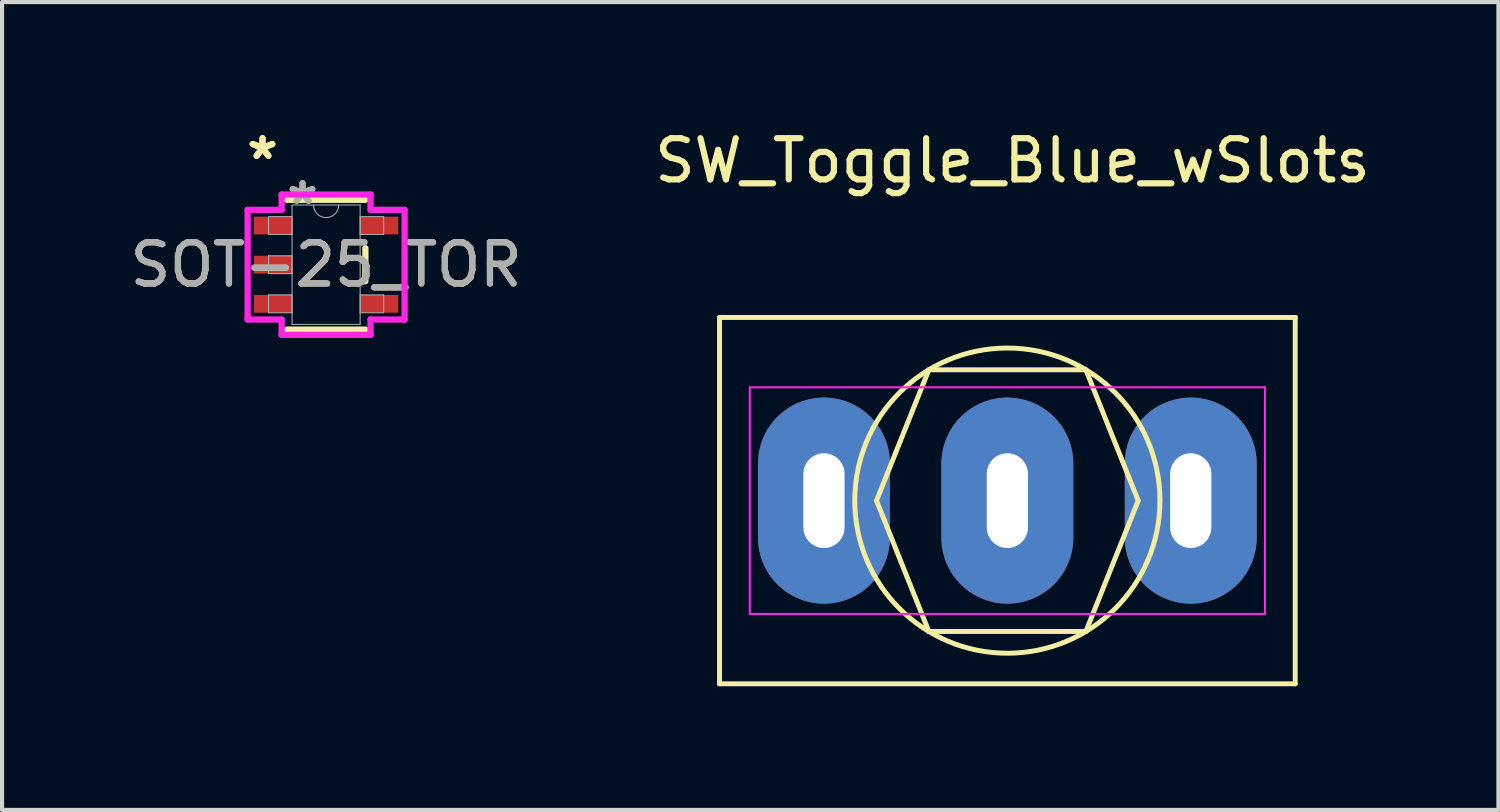
<source format=kicad_pcb>
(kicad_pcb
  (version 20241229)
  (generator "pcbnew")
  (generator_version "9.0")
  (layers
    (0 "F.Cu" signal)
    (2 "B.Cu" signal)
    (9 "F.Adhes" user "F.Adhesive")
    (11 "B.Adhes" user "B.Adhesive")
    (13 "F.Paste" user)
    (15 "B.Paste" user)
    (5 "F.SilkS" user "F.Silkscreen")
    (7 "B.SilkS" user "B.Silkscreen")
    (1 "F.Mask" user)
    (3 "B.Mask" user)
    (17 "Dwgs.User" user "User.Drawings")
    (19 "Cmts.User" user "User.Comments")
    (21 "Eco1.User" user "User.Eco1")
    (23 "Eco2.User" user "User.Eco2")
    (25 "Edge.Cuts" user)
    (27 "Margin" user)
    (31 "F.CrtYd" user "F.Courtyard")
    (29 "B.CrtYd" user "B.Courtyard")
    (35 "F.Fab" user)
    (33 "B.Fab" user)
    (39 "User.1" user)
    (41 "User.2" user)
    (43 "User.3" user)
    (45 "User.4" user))
  (footprint "SOT-25_TOR"
    (layer "F.Cu")
    (at 4.863 3.373)
    (property "Reference" "SOT-25_TOR" (at 0 0 0) (unlocked yes) (layer "F.SilkS") (effects (font (size 1 1) (thickness 0.15))))
    (attr smd)
    (fp_line (start -0.953 1.575) (end 0.953 1.575) (stroke (width 0.152) (type solid)) (layer "F.SilkS"))
    (fp_line (start 0.953 -1.575) (end -0.953 -1.575) (stroke (width 0.152) (type solid)) (layer "F.SilkS"))
    (fp_line (start 0.953 0.401) (end 0.953 -0.401) (stroke (width 0.152) (type solid)) (layer "F.SilkS"))
    (fp_line (start -1.905 -1.331) (end -1.079 -1.331) (stroke (width 0.152) (type solid)) (layer "F.CrtYd"))
    (fp_line (start -1.905 1.331) (end -1.905 -1.331) (stroke (width 0.152) (type solid)) (layer "F.CrtYd"))
    (fp_line (start -1.079 -1.702) (end 1.079 -1.702) (stroke (width 0.152) (type solid)) (layer "F.CrtYd"))
    (fp_line (start -1.079 -1.331) (end -1.079 -1.702) (stroke (width 0.152) (type solid)) (layer "F.CrtYd"))
    (fp_line (start -1.079 1.331) (end -1.905 1.331) (stroke (width 0.152) (type solid)) (layer "F.CrtYd"))
    (fp_line (start -1.079 1.702) (end -1.079 1.331) (stroke (width 0.152) (type solid)) (layer "F.CrtYd"))
    (fp_line (start 1.079 -1.702) (end 1.079 -1.331) (stroke (width 0.152) (type solid)) (layer "F.CrtYd"))
    (fp_line (start 1.079 -1.331) (end 1.905 -1.331) (stroke (width 0.152) (type solid)) (layer "F.CrtYd"))
    (fp_line (start 1.079 1.331) (end 1.079 1.702) (stroke (width 0.152) (type solid)) (layer "F.CrtYd"))
    (fp_line (start 1.079 1.702) (end -1.079 1.702) (stroke (width 0.152) (type solid)) (layer "F.CrtYd"))
    (fp_line (start 1.905 -1.331) (end 1.905 1.331) (stroke (width 0.152) (type solid)) (layer "F.CrtYd"))
    (fp_line (start 1.905 1.331) (end 1.079 1.331) (stroke (width 0.152) (type solid)) (layer "F.CrtYd"))
    (fp_line (start -1.397 -1.166) (end -1.397 -0.734) (stroke (width 0.025) (type solid)) (layer "F.Fab"))
    (fp_line (start -1.397 -0.734) (end -0.826 -0.734) (stroke (width 0.025) (type solid)) (layer "F.Fab"))
    (fp_line (start -1.397 -0.216) (end -1.397 0.216) (stroke (width 0.025) (type solid)) (layer "F.Fab"))
    (fp_line (start -1.397 0.216) (end -0.826 0.216) (stroke (width 0.025) (type solid)) (layer "F.Fab"))
    (fp_line (start -1.397 0.734) (end -1.397 1.166) (stroke (width 0.025) (type solid)) (layer "F.Fab"))
    (fp_line (start -1.397 1.166) (end -0.826 1.166) (stroke (width 0.025) (type solid)) (layer "F.Fab"))
    (fp_line (start -0.826 -1.448) (end -0.826 1.448) (stroke (width 0.025) (type solid)) (layer "F.Fab"))
    (fp_line (start -0.826 -1.166) (end -1.397 -1.166) (stroke (width 0.025) (type solid)) (layer "F.Fab"))
    (fp_line (start -0.826 -0.734) (end -0.826 -1.166) (stroke (width 0.025) (type solid)) (layer "F.Fab"))
    (fp_line (start -0.826 -0.216) (end -1.397 -0.216) (stroke (width 0.025) (type solid)) (layer "F.Fab"))
    (fp_line (start -0.826 0.216) (end -0.826 -0.216) (stroke (width 0.025) (type solid)) (layer "F.Fab"))
    (fp_line (start -0.826 0.734) (end -1.397 0.734) (stroke (width 0.025) (type solid)) (layer "F.Fab"))
    (fp_line (start -0.826 1.166) (end -0.826 0.734) (stroke (width 0.025) (type solid)) (layer "F.Fab"))
    (fp_line (start -0.826 1.448) (end 0.826 1.448) (stroke (width 0.025) (type solid)) (layer "F.Fab"))
    (fp_line (start 0.826 -1.448) (end -0.826 -1.448) (stroke (width 0.025) (type solid)) (layer "F.Fab"))
    (fp_line (start 0.826 -1.166) (end 0.826 -0.734) (stroke (width 0.025) (type solid)) (layer "F.Fab"))
    (fp_line (start 0.826 -0.734) (end 1.397 -0.734) (stroke (width 0.025) (type solid)) (layer "F.Fab"))
    (fp_line (start 0.826 0.734) (end 0.826 1.166) (stroke (width 0.025) (type solid)) (layer "F.Fab"))
    (fp_line (start 0.826 1.166) (end 1.397 1.166) (stroke (width 0.025) (type solid)) (layer "F.Fab"))
    (fp_line (start 0.826 1.448) (end 0.826 -1.448) (stroke (width 0.025) (type solid)) (layer "F.Fab"))
    (fp_line (start 1.397 -1.166) (end 0.826 -1.166) (stroke (width 0.025) (type solid)) (layer "F.Fab"))
    (fp_line (start 1.397 -0.734) (end 1.397 -1.166) (stroke (width 0.025) (type solid)) (layer "F.Fab"))
    (fp_line (start 1.397 0.734) (end 0.826 0.734) (stroke (width 0.025) (type solid)) (layer "F.Fab"))
    (fp_line (start 1.397 1.166) (end 1.397 0.734) (stroke (width 0.025) (type solid)) (layer "F.Fab"))
    (fp_arc (start 0.3048 -1.4478) (mid 0 -1.143) (end -0.3048 -1.4478) (stroke (width 0.0254) (type solid)) (layer "F.Fab"))
    (fp_text user "*" (at -1.543 -2.525 0) (layer "F.SilkS") (effects (font (size 1 1) (thickness 0.15))))
    (fp_text user "*" (at -1.543 -2.525 0) (unlocked yes) (layer "F.SilkS") (effects (font (size 1 1) (thickness 0.15))))
    (fp_text user "*" (at -0.572 -1.433 0) (layer "F.Fab") (effects (font (size 1 1) (thickness 0.15))))
    (fp_text user "${REFERENCE}" (at 0 0 0) (unlocked yes) (layer "F.Fab") (effects (font (size 1 1) (thickness 0.15))))
    (fp_text user "*" (at -0.572 -1.433 0) (unlocked yes) (layer "F.Fab") (effects (font (size 1 1) (thickness 0.15))))
    (pad "1" smd rect (at -1.289 -0.95) (size 0.927 0.432) (layers "F.Cu" "F.Mask" "F.Paste"))
    (pad "2" smd rect (at -1.289 0) (size 0.927 0.432) (layers "F.Cu" "F.Mask" "F.Paste"))
    (pad "3" smd rect (at -1.289 0.95) (size 0.927 0.432) (layers "F.Cu" "F.Mask" "F.Paste"))
    (pad "4" smd rect (at 1.289 0.95) (size 0.927 0.432) (layers "F.Cu" "F.Mask" "F.Paste"))
    (pad "5" smd rect (at 1.289 -0.95) (size 0.927 0.432) (layers "F.Cu" "F.Mask" "F.Paste")))
  (footprint "SW_Toggle_Blue_wSlots"
    (layer "F.Cu")
    (at 21.394 9.098)
    (property "Reference" "SW_Toggle_Blue_wSlots" (at 0.124 -8.25 0) (layer "F.SilkS") (effects (font (size 1 1) (thickness 0.15))))
    (attr through_hole)
    (fp_line (start -6.985 -4.445) (end 6.985 -4.445) (stroke (width 0.12) (type solid)) (layer "F.SilkS"))
    (fp_line (start -6.985 4.445) (end -6.985 -4.445) (stroke (width 0.12) (type solid)) (layer "F.SilkS"))
    (fp_line (start -3.175 0) (end -1.905 -3.175) (stroke (width 0.12) (type solid)) (layer "F.SilkS"))
    (fp_line (start -1.905 -3.175) (end 1.905 -3.175) (stroke (width 0.12) (type solid)) (layer "F.SilkS"))
    (fp_line (start -1.905 3.175) (end -3.175 0) (stroke (width 0.12) (type solid)) (layer "F.SilkS"))
    (fp_line (start 1.905 -3.175) (end 3.175 0) (stroke (width 0.12) (type solid)) (layer "F.SilkS"))
    (fp_line (start 1.905 3.175) (end -1.905 3.175) (stroke (width 0.12) (type solid)) (layer "F.SilkS"))
    (fp_line (start 3.175 0) (end 1.905 3.175) (stroke (width 0.12) (type solid)) (layer "F.SilkS"))
    (fp_line (start 6.985 -4.445) (end 6.985 4.445) (stroke (width 0.12) (type solid)) (layer "F.SilkS"))
    (fp_line (start 6.985 4.445) (end -6.985 4.445) (stroke (width 0.12) (type solid)) (layer "F.SilkS"))
    (fp_circle (center 0 0) (end 1.905 3.175) (stroke (width 0.12) (type solid)) (fill no) (layer "F.SilkS"))
    (fp_line (start -4.902 -1.422) (end -4.013 -1.422) (stroke (width 0.12) (type solid)) (layer "Eco2.User"))
    (fp_line (start -4.902 1.372) (end -4.902 -1.422) (stroke (width 0.12) (type solid)) (layer "Eco2.User"))
    (fp_line (start -4.013 -1.422) (end -4.013 1.372) (stroke (width 0.12) (type solid)) (layer "Eco2.User"))
    (fp_line (start -4.013 1.372) (end -4.902 1.372) (stroke (width 0.12) (type solid)) (layer "Eco2.User"))
    (fp_line (start -0.457 -1.422) (end 0.432 -1.422) (stroke (width 0.12) (type solid)) (layer "Eco2.User"))
    (fp_line (start -0.457 1.372) (end -0.457 -1.422) (stroke (width 0.12) (type solid)) (layer "Eco2.User"))
    (fp_line (start 0.432 -1.422) (end 0.432 1.372) (stroke (width 0.12) (type solid)) (layer "Eco2.User"))
    (fp_line (start 0.432 1.372) (end -0.457 1.372) (stroke (width 0.12) (type solid)) (layer "Eco2.User"))
    (fp_line (start 4.013 -1.422) (end 4.877 -1.422) (stroke (width 0.12) (type solid)) (layer "Eco2.User"))
    (fp_line (start 4.013 1.372) (end 4.013 -1.422) (stroke (width 0.12) (type solid)) (layer "Eco2.User"))
    (fp_line (start 4.877 -1.422) (end 4.902 1.372) (stroke (width 0.12) (type solid)) (layer "Eco2.User"))
    (fp_line (start 4.902 1.372) (end 4.013 1.372) (stroke (width 0.12) (type solid)) (layer "Eco2.User"))
    (fp_line (start -6.25 -2.75) (end 6.25 -2.75) (stroke (width 0.05) (type solid)) (layer "F.CrtYd"))
    (fp_line (start -6.25 2.75) (end -6.25 -2.75) (stroke (width 0.05) (type solid)) (layer "F.CrtYd"))
    (fp_line (start 6.25 -2.75) (end 6.25 2.75) (stroke (width 0.05) (type solid)) (layer "F.CrtYd"))
    (fp_line (start 6.25 2.75) (end -6.25 2.75) (stroke (width 0.05) (type solid)) (layer "F.CrtYd"))
    (pad "1" thru_hole oval (at -4.45 0 180) (size 3.2 5) (drill oval 1 2.3) (layers "*.Cu" "*.Mask"))
    (pad "2" thru_hole oval (at 0 0 180) (size 3.2 5) (drill oval 1 2.3) (layers "*.Cu" "*.Mask"))
    (pad "3" thru_hole oval (at 4.45 0 180) (size 3.2 5) (drill oval 1 2.3) (layers "*.Cu" "*.Mask")))
  (gr_rect
    (start -3 -3)
    (end 33.31 16.603)
    (stroke (width 0.1) (type default))
    (fill no)
    (layer "Edge.Cuts")))
</source>
